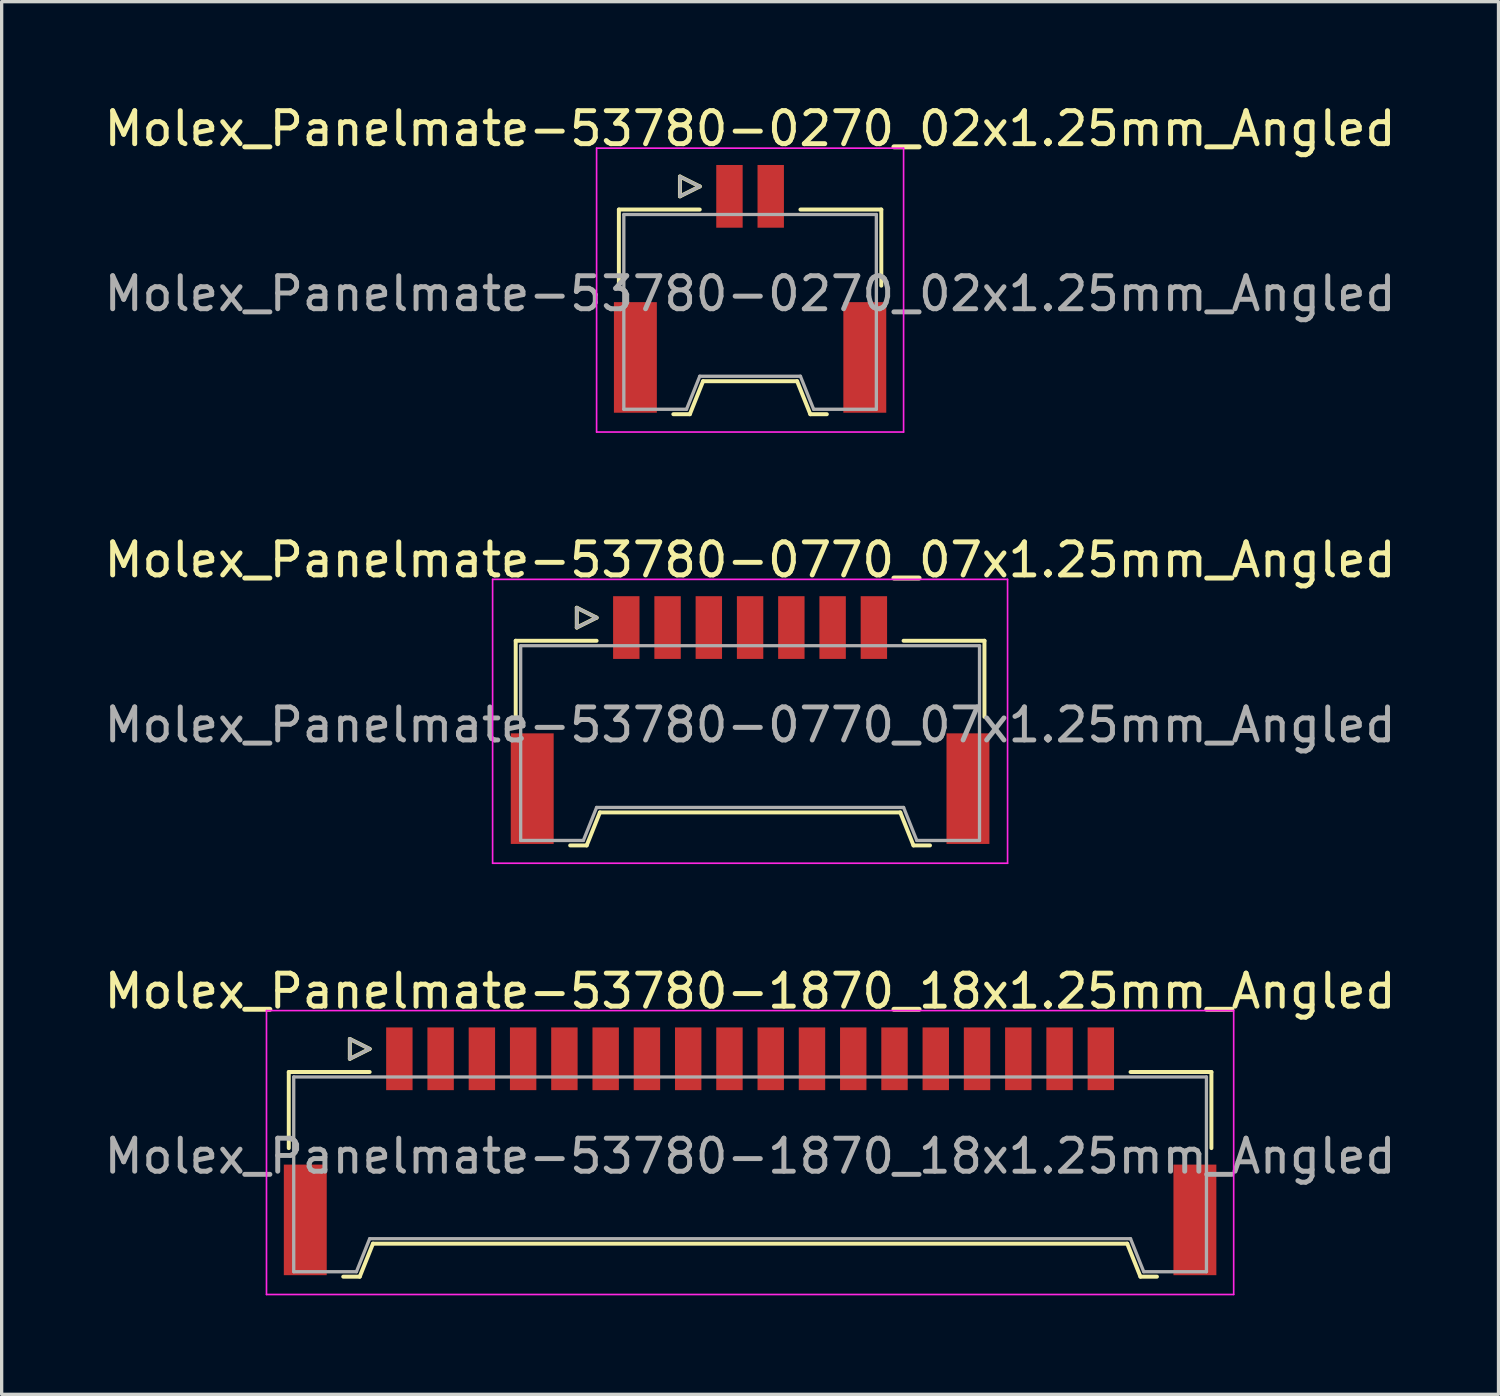
<source format=kicad_pcb>
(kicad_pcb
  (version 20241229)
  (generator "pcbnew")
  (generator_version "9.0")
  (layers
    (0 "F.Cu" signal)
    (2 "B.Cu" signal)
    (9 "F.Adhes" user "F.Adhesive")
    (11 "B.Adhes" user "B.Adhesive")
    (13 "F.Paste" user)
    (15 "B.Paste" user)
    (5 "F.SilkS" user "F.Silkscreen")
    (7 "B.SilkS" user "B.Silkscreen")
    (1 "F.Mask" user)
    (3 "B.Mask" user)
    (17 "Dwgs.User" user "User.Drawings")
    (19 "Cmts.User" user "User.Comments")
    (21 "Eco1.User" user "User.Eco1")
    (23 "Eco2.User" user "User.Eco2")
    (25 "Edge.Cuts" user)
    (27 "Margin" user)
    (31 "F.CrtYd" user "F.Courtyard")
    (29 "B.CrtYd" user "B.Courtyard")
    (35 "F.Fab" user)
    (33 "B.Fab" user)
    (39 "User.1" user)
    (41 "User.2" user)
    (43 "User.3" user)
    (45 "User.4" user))
  (footprint "Molex_Panelmate-53780-1870_18x1.25mm_Angled"
    (layer "F.Cu")
    (at 19.673 31.465)
    (property "Reference" "Molex_Panelmate-53780-1870_18x1.25mm_Angled" (at 0 -4.49 0) (layer "F.SilkS") (effects (font (size 1 1) (thickness 0.15))))
    (attr smd)
    (fp_line (start -13.975 -2.04) (end -13.975 0.265) (stroke (width 0.12) (type solid)) (layer "F.SilkS"))
    (fp_line (start -12.325 4.16) (end -11.825 4.16) (stroke (width 0.12) (type solid)) (layer "F.SilkS"))
    (fp_line (start -12.125 -3.04) (end -12.125 -2.44) (stroke (width 0.12) (type solid)) (layer "F.SilkS"))
    (fp_line (start -12.125 -2.44) (end -11.525 -2.74) (stroke (width 0.12) (type solid)) (layer "F.SilkS"))
    (fp_line (start -11.825 4.16) (end -11.425 3.16) (stroke (width 0.12) (type solid)) (layer "F.SilkS"))
    (fp_line (start -11.525 -2.74) (end -12.125 -3.04) (stroke (width 0.12) (type solid)) (layer "F.SilkS"))
    (fp_line (start -11.525 -2.04) (end -13.975 -2.04) (stroke (width 0.12) (type solid)) (layer "F.SilkS"))
    (fp_line (start -11.425 3.16) (end 11.425 3.16) (stroke (width 0.12) (type solid)) (layer "F.SilkS"))
    (fp_line (start 11.425 3.16) (end 11.825 4.16) (stroke (width 0.12) (type solid)) (layer "F.SilkS"))
    (fp_line (start 11.525 -2.04) (end 13.975 -2.04) (stroke (width 0.12) (type solid)) (layer "F.SilkS"))
    (fp_line (start 11.825 4.16) (end 12.325 4.16) (stroke (width 0.12) (type solid)) (layer "F.SilkS"))
    (fp_line (start 13.975 -2.04) (end 13.975 0.265) (stroke (width 0.12) (type solid)) (layer "F.SilkS"))
    (fp_line (start -14.65 -3.9) (end -14.65 4.7) (stroke (width 0.05) (type solid)) (layer "F.CrtYd"))
    (fp_line (start -14.65 4.7) (end 14.65 4.7) (stroke (width 0.05) (type solid)) (layer "F.CrtYd"))
    (fp_line (start 14.65 -3.9) (end -14.65 -3.9) (stroke (width 0.05) (type solid)) (layer "F.CrtYd"))
    (fp_line (start 14.65 4.7) (end 14.65 -3.9) (stroke (width 0.05) (type solid)) (layer "F.CrtYd"))
    (fp_line (start -13.825 -1.89) (end -13.825 4.01) (stroke (width 0.1) (type solid)) (layer "F.Fab"))
    (fp_line (start -13.825 4.01) (end -11.925 4.01) (stroke (width 0.1) (type solid)) (layer "F.Fab"))
    (fp_line (start -12.125 -3.04) (end -12.125 -2.44) (stroke (width 0.1) (type solid)) (layer "F.Fab"))
    (fp_line (start -12.125 -2.44) (end -11.525 -2.74) (stroke (width 0.1) (type solid)) (layer "F.Fab"))
    (fp_line (start -11.925 4.01) (end -11.525 3.01) (stroke (width 0.1) (type solid)) (layer "F.Fab"))
    (fp_line (start -11.525 -2.74) (end -12.125 -3.04) (stroke (width 0.1) (type solid)) (layer "F.Fab"))
    (fp_line (start -11.525 3.01) (end 11.525 3.01) (stroke (width 0.1) (type solid)) (layer "F.Fab"))
    (fp_line (start 11.525 3.01) (end 11.925 4.01) (stroke (width 0.1) (type solid)) (layer "F.Fab"))
    (fp_line (start 11.925 4.01) (end 13.825 4.01) (stroke (width 0.1) (type solid)) (layer "F.Fab"))
    (fp_line (start 13.825 -1.89) (end -13.825 -1.89) (stroke (width 0.1) (type solid)) (layer "F.Fab"))
    (fp_line (start 13.825 4.01) (end 13.825 -1.89) (stroke (width 0.1) (type solid)) (layer "F.Fab"))
    (fp_text user "${REFERENCE}" (at 0 0.51 0) (layer "F.Fab") (effects (font (size 1 1) (thickness 0.15))))
    (pad "" smd rect (at -13.475 2.44) (size 1.3 3.35) (layers "F.Cu" "F.Mask" "F.Paste"))
    (pad "" smd rect (at 13.475 2.44) (size 1.3 3.35) (layers "F.Cu" "F.Mask" "F.Paste"))
    (pad "1" smd rect (at -10.625 -2.44) (size 0.8 1.9) (layers "F.Cu" "F.Mask" "F.Paste"))
    (pad "2" smd rect (at -9.375 -2.44) (size 0.8 1.9) (layers "F.Cu" "F.Mask" "F.Paste"))
    (pad "3" smd rect (at -8.125 -2.44) (size 0.8 1.9) (layers "F.Cu" "F.Mask" "F.Paste"))
    (pad "4" smd rect (at -6.875 -2.44) (size 0.8 1.9) (layers "F.Cu" "F.Mask" "F.Paste"))
    (pad "5" smd rect (at -5.625 -2.44) (size 0.8 1.9) (layers "F.Cu" "F.Mask" "F.Paste"))
    (pad "6" smd rect (at -4.375 -2.44) (size 0.8 1.9) (layers "F.Cu" "F.Mask" "F.Paste"))
    (pad "7" smd rect (at -3.125 -2.44) (size 0.8 1.9) (layers "F.Cu" "F.Mask" "F.Paste"))
    (pad "8" smd rect (at -1.875 -2.44) (size 0.8 1.9) (layers "F.Cu" "F.Mask" "F.Paste"))
    (pad "9" smd rect (at -0.625 -2.44) (size 0.8 1.9) (layers "F.Cu" "F.Mask" "F.Paste"))
    (pad "10" smd rect (at 0.625 -2.44) (size 0.8 1.9) (layers "F.Cu" "F.Mask" "F.Paste"))
    (pad "11" smd rect (at 1.875 -2.44) (size 0.8 1.9) (layers "F.Cu" "F.Mask" "F.Paste"))
    (pad "12" smd rect (at 3.125 -2.44) (size 0.8 1.9) (layers "F.Cu" "F.Mask" "F.Paste"))
    (pad "13" smd rect (at 4.375 -2.44) (size 0.8 1.9) (layers "F.Cu" "F.Mask" "F.Paste"))
    (pad "14" smd rect (at 5.625 -2.44) (size 0.8 1.9) (layers "F.Cu" "F.Mask" "F.Paste"))
    (pad "15" smd rect (at 6.875 -2.44) (size 0.8 1.9) (layers "F.Cu" "F.Mask" "F.Paste"))
    (pad "16" smd rect (at 8.125 -2.44) (size 0.8 1.9) (layers "F.Cu" "F.Mask" "F.Paste"))
    (pad "17" smd rect (at 9.375 -2.44) (size 0.8 1.9) (layers "F.Cu" "F.Mask" "F.Paste"))
    (pad "18" smd rect (at 10.625 -2.44) (size 0.8 1.9) (layers "F.Cu" "F.Mask" "F.Paste")))
  (footprint "Molex_Panelmate-53780-0770_07x1.25mm_Angled"
    (layer "F.Cu")
    (at 19.673 18.401)
    (property "Reference" "Molex_Panelmate-53780-0770_07x1.25mm_Angled" (at 0 -4.49 0) (layer "F.SilkS") (effects (font (size 1 1) (thickness 0.15))))
    (attr smd)
    (fp_line (start -7.1 -2.04) (end -7.1 0.265) (stroke (width 0.12) (type solid)) (layer "F.SilkS"))
    (fp_line (start -5.45 4.16) (end -4.95 4.16) (stroke (width 0.12) (type solid)) (layer "F.SilkS"))
    (fp_line (start -5.25 -3.04) (end -5.25 -2.44) (stroke (width 0.12) (type solid)) (layer "F.SilkS"))
    (fp_line (start -5.25 -2.44) (end -4.65 -2.74) (stroke (width 0.12) (type solid)) (layer "F.SilkS"))
    (fp_line (start -4.95 4.16) (end -4.55 3.16) (stroke (width 0.12) (type solid)) (layer "F.SilkS"))
    (fp_line (start -4.65 -2.74) (end -5.25 -3.04) (stroke (width 0.12) (type solid)) (layer "F.SilkS"))
    (fp_line (start -4.65 -2.04) (end -7.1 -2.04) (stroke (width 0.12) (type solid)) (layer "F.SilkS"))
    (fp_line (start -4.55 3.16) (end 4.55 3.16) (stroke (width 0.12) (type solid)) (layer "F.SilkS"))
    (fp_line (start 4.55 3.16) (end 4.95 4.16) (stroke (width 0.12) (type solid)) (layer "F.SilkS"))
    (fp_line (start 4.65 -2.04) (end 7.1 -2.04) (stroke (width 0.12) (type solid)) (layer "F.SilkS"))
    (fp_line (start 4.95 4.16) (end 5.45 4.16) (stroke (width 0.12) (type solid)) (layer "F.SilkS"))
    (fp_line (start 7.1 -2.04) (end 7.1 0.265) (stroke (width 0.12) (type solid)) (layer "F.SilkS"))
    (fp_line (start -7.8 -3.9) (end -7.8 4.7) (stroke (width 0.05) (type solid)) (layer "F.CrtYd"))
    (fp_line (start -7.8 4.7) (end 7.8 4.7) (stroke (width 0.05) (type solid)) (layer "F.CrtYd"))
    (fp_line (start 7.8 -3.9) (end -7.8 -3.9) (stroke (width 0.05) (type solid)) (layer "F.CrtYd"))
    (fp_line (start 7.8 4.7) (end 7.8 -3.9) (stroke (width 0.05) (type solid)) (layer "F.CrtYd"))
    (fp_line (start -6.95 -1.89) (end -6.95 4.01) (stroke (width 0.1) (type solid)) (layer "F.Fab"))
    (fp_line (start -6.95 4.01) (end -5.05 4.01) (stroke (width 0.1) (type solid)) (layer "F.Fab"))
    (fp_line (start -5.25 -3.04) (end -5.25 -2.44) (stroke (width 0.1) (type solid)) (layer "F.Fab"))
    (fp_line (start -5.25 -2.44) (end -4.65 -2.74) (stroke (width 0.1) (type solid)) (layer "F.Fab"))
    (fp_line (start -5.05 4.01) (end -4.65 3.01) (stroke (width 0.1) (type solid)) (layer "F.Fab"))
    (fp_line (start -4.65 -2.74) (end -5.25 -3.04) (stroke (width 0.1) (type solid)) (layer "F.Fab"))
    (fp_line (start -4.65 3.01) (end 4.65 3.01) (stroke (width 0.1) (type solid)) (layer "F.Fab"))
    (fp_line (start 4.65 3.01) (end 5.05 4.01) (stroke (width 0.1) (type solid)) (layer "F.Fab"))
    (fp_line (start 5.05 4.01) (end 6.95 4.01) (stroke (width 0.1) (type solid)) (layer "F.Fab"))
    (fp_line (start 6.95 -1.89) (end -6.95 -1.89) (stroke (width 0.1) (type solid)) (layer "F.Fab"))
    (fp_line (start 6.95 4.01) (end 6.95 -1.89) (stroke (width 0.1) (type solid)) (layer "F.Fab"))
    (fp_text user "${REFERENCE}" (at 0 0.51 0) (layer "F.Fab") (effects (font (size 1 1) (thickness 0.15))))
    (pad "" smd rect (at -6.6 2.44) (size 1.3 3.35) (layers "F.Cu" "F.Mask" "F.Paste"))
    (pad "" smd rect (at 6.6 2.44) (size 1.3 3.35) (layers "F.Cu" "F.Mask" "F.Paste"))
    (pad "1" smd rect (at -3.75 -2.44) (size 0.8 1.9) (layers "F.Cu" "F.Mask" "F.Paste"))
    (pad "2" smd rect (at -2.5 -2.44) (size 0.8 1.9) (layers "F.Cu" "F.Mask" "F.Paste"))
    (pad "3" smd rect (at -1.25 -2.44) (size 0.8 1.9) (layers "F.Cu" "F.Mask" "F.Paste"))
    (pad "4" smd rect (at 0 -2.44) (size 0.8 1.9) (layers "F.Cu" "F.Mask" "F.Paste"))
    (pad "5" smd rect (at 1.25 -2.44) (size 0.8 1.9) (layers "F.Cu" "F.Mask" "F.Paste"))
    (pad "6" smd rect (at 2.5 -2.44) (size 0.8 1.9) (layers "F.Cu" "F.Mask" "F.Paste"))
    (pad "7" smd rect (at 3.75 -2.44) (size 0.8 1.9) (layers "F.Cu" "F.Mask" "F.Paste")))
  (footprint "Molex_Panelmate-53780-0270_02x1.25mm_Angled"
    (layer "F.Cu")
    (at 19.673 5.338)
    (property "Reference" "Molex_Panelmate-53780-0270_02x1.25mm_Angled" (at 0 -4.49 0) (layer "F.SilkS") (effects (font (size 1 1) (thickness 0.15))))
    (attr smd)
    (fp_line (start -3.975 -2.04) (end -3.975 0.265) (stroke (width 0.12) (type solid)) (layer "F.SilkS"))
    (fp_line (start -2.325 4.16) (end -1.825 4.16) (stroke (width 0.12) (type solid)) (layer "F.SilkS"))
    (fp_line (start -2.125 -3.04) (end -2.125 -2.44) (stroke (width 0.12) (type solid)) (layer "F.SilkS"))
    (fp_line (start -2.125 -2.44) (end -1.525 -2.74) (stroke (width 0.12) (type solid)) (layer "F.SilkS"))
    (fp_line (start -1.825 4.16) (end -1.425 3.16) (stroke (width 0.12) (type solid)) (layer "F.SilkS"))
    (fp_line (start -1.525 -2.74) (end -2.125 -3.04) (stroke (width 0.12) (type solid)) (layer "F.SilkS"))
    (fp_line (start -1.525 -2.04) (end -3.975 -2.04) (stroke (width 0.12) (type solid)) (layer "F.SilkS"))
    (fp_line (start -1.425 3.16) (end 1.425 3.16) (stroke (width 0.12) (type solid)) (layer "F.SilkS"))
    (fp_line (start 1.425 3.16) (end 1.825 4.16) (stroke (width 0.12) (type solid)) (layer "F.SilkS"))
    (fp_line (start 1.525 -2.04) (end 3.975 -2.04) (stroke (width 0.12) (type solid)) (layer "F.SilkS"))
    (fp_line (start 1.825 4.16) (end 2.325 4.16) (stroke (width 0.12) (type solid)) (layer "F.SilkS"))
    (fp_line (start 3.975 -2.04) (end 3.975 0.265) (stroke (width 0.12) (type solid)) (layer "F.SilkS"))
    (fp_line (start -4.65 -3.9) (end -4.65 4.7) (stroke (width 0.05) (type solid)) (layer "F.CrtYd"))
    (fp_line (start -4.65 4.7) (end 4.65 4.7) (stroke (width 0.05) (type solid)) (layer "F.CrtYd"))
    (fp_line (start 4.65 -3.9) (end -4.65 -3.9) (stroke (width 0.05) (type solid)) (layer "F.CrtYd"))
    (fp_line (start 4.65 4.7) (end 4.65 -3.9) (stroke (width 0.05) (type solid)) (layer "F.CrtYd"))
    (fp_line (start -3.825 -1.89) (end -3.825 4.01) (stroke (width 0.1) (type solid)) (layer "F.Fab"))
    (fp_line (start -3.825 4.01) (end -1.925 4.01) (stroke (width 0.1) (type solid)) (layer "F.Fab"))
    (fp_line (start -2.125 -3.04) (end -2.125 -2.44) (stroke (width 0.1) (type solid)) (layer "F.Fab"))
    (fp_line (start -2.125 -2.44) (end -1.525 -2.74) (stroke (width 0.1) (type solid)) (layer "F.Fab"))
    (fp_line (start -1.925 4.01) (end -1.525 3.01) (stroke (width 0.1) (type solid)) (layer "F.Fab"))
    (fp_line (start -1.525 -2.74) (end -2.125 -3.04) (stroke (width 0.1) (type solid)) (layer "F.Fab"))
    (fp_line (start -1.525 3.01) (end 1.525 3.01) (stroke (width 0.1) (type solid)) (layer "F.Fab"))
    (fp_line (start 1.525 3.01) (end 1.925 4.01) (stroke (width 0.1) (type solid)) (layer "F.Fab"))
    (fp_line (start 1.925 4.01) (end 3.825 4.01) (stroke (width 0.1) (type solid)) (layer "F.Fab"))
    (fp_line (start 3.825 -1.89) (end -3.825 -1.89) (stroke (width 0.1) (type solid)) (layer "F.Fab"))
    (fp_line (start 3.825 4.01) (end 3.825 -1.89) (stroke (width 0.1) (type solid)) (layer "F.Fab"))
    (fp_text user "${REFERENCE}" (at 0 0.51 0) (layer "F.Fab") (effects (font (size 1 1) (thickness 0.15))))
    (pad "" smd rect (at -3.475 2.44) (size 1.3 3.35) (layers "F.Cu" "F.Mask" "F.Paste"))
    (pad "" smd rect (at 3.475 2.44) (size 1.3 3.35) (layers "F.Cu" "F.Mask" "F.Paste"))
    (pad "1" smd rect (at -0.625 -2.44) (size 0.8 1.9) (layers "F.Cu" "F.Mask" "F.Paste"))
    (pad "2" smd rect (at 0.625 -2.44) (size 0.8 1.9) (layers "F.Cu" "F.Mask" "F.Paste")))
  (gr_rect
    (start -3 -3)
    (end 42.345 39.19)
    (stroke (width 0.1) (type default))
    (fill no)
    (layer "Edge.Cuts")))
</source>
